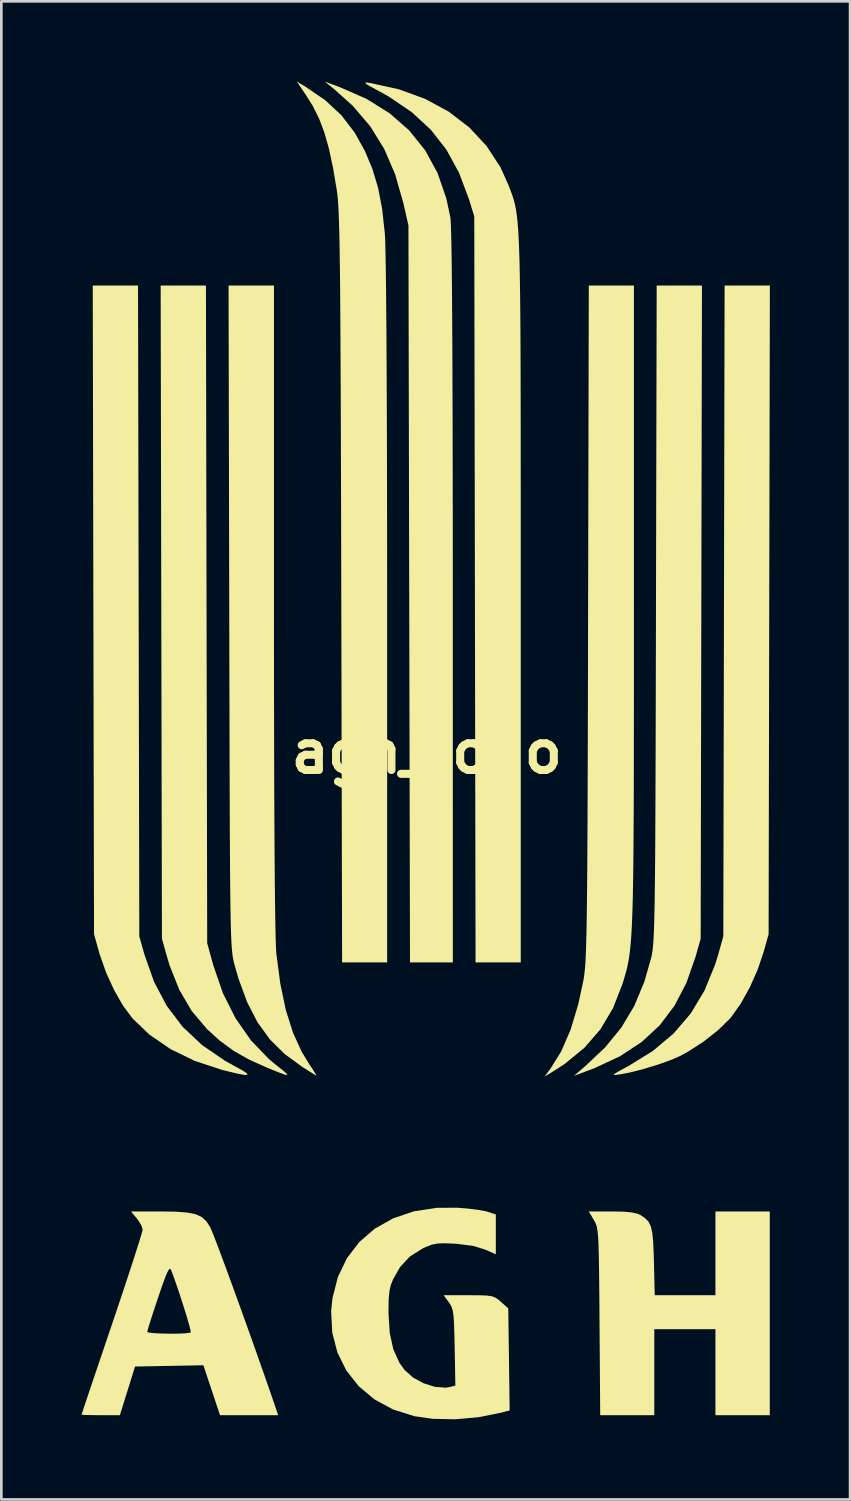
<source format=kicad_pcb>
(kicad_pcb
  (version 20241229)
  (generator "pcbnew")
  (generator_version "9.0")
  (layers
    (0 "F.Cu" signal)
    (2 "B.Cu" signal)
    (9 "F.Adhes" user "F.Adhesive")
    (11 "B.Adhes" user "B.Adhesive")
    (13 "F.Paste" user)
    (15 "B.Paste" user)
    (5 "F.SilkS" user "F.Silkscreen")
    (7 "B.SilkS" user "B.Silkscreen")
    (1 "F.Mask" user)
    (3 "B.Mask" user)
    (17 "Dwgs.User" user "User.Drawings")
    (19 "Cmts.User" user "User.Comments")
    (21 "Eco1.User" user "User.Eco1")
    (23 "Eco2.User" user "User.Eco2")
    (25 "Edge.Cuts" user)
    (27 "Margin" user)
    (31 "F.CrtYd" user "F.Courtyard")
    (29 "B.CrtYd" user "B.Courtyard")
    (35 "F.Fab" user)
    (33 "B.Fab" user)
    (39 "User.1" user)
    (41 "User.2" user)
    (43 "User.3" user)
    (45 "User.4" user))
  (footprint "agh_logo"
    (layer "F.Cu")
    (at 12.911 25.069)
    (property "Reference" "agh_logo" (at 0 0 0) (layer "F.SilkS") (effects (font (size 1.5 1.5) (thickness 0.3))))
    (attr board_only exclude_from_pos_files exclude_from_bom)
    (fp_poly (pts (xy -8.236 -5.144) (xy -8.212 7.154) (xy -7.983 7.984) (xy -7.625 9.023) (xy -7.152 9.963) (xy -6.575 10.791) (xy -5.902 11.49) (xy -5.679 11.675) (xy -5.401 11.896) (xy -5.243 12.032) (xy -5.213 12.088) (xy -5.317 12.068) (xy -5.563 11.976) (xy -5.942 11.824) (xy -6.645 11.509) (xy -7.233 11.175) (xy -7.758 10.787) (xy -8.219 10.367) (xy -8.789 9.694) (xy -9.254 8.902) (xy -9.62 7.981) (xy -9.716 7.662) (xy -9.905 6.985) (xy -9.929 -5.228) (xy -9.952 -17.441) (xy -9.106 -17.441) (xy -8.259 -17.441)) (stroke (width 0) (type solid)) (fill yes) (layer "F.SilkS"))
    (fp_poly (pts (xy -10.775 -5.271) (xy -10.751 6.9) (xy -10.56 7.578) (xy -10.2 8.598) (xy -9.726 9.497) (xy -9.13 10.282) (xy -8.405 10.965) (xy -7.543 11.555) (xy -7.202 11.744) (xy -6.894 11.913) (xy -6.727 12.024) (xy -6.706 12.079) (xy -6.834 12.079) (xy -7.114 12.026) (xy -7.551 11.92) (xy -7.655 11.893) (xy -8.67 11.561) (xy -9.581 11.118) (xy -10.374 10.573) (xy -11.003 9.971) (xy -11.354 9.5) (xy -11.692 8.912) (xy -11.992 8.256) (xy -12.229 7.584) (xy -12.256 7.493) (xy -12.445 6.816) (xy -12.469 -5.313) (xy -12.492 -17.441) (xy -11.646 -17.441) (xy -10.799 -17.441)) (stroke (width 0) (type solid)) (fill yes) (layer "F.SilkS"))
    (fp_poly (pts (xy -3.254 -24.86) (xy -2.251 -24.42) (xy -1.386 -23.88) (xy -0.657 -23.24) (xy -0.061 -22.498) (xy 0.401 -21.652) (xy 0.731 -20.7) (xy 0.884 -19.977) (xy 0.897 -19.805) (xy 0.91 -19.463) (xy 0.921 -18.952) (xy 0.932 -18.273) (xy 0.941 -17.424) (xy 0.949 -16.406) (xy 0.956 -15.219) (xy 0.961 -13.863) (xy 0.966 -12.339) (xy 0.969 -10.646) (xy 0.972 -8.784) (xy 0.973 -6.754) (xy 0.973 -5.779) (xy 0.974 7.874) (xy 0.173 7.874) (xy -0.628 7.874) (xy -0.657 -5.905) (xy -0.686 -19.685) (xy -0.878 -20.53) (xy -1.184 -21.602) (xy -1.592 -22.55) (xy -2.115 -23.395) (xy -2.765 -24.158) (xy -3.471 -24.792) (xy -3.81 -25.064)) (stroke (width 0) (type solid)) (fill yes) (layer "F.SilkS"))
    (fp_poly (pts (xy 12.807 -5.313) (xy 12.784 6.816) (xy 12.595 7.493) (xy 12.373 8.148) (xy 12.082 8.803) (xy 11.748 9.405) (xy 11.398 9.901) (xy 11.336 9.974) (xy 10.9 10.403) (xy 10.359 10.83) (xy 9.772 11.211) (xy 9.466 11.377) (xy 9.096 11.536) (xy 8.621 11.704) (xy 8.104 11.861) (xy 7.609 11.988) (xy 7.239 12.059) (xy 7.065 12.082) (xy 6.989 12.08) (xy 7.021 12.039) (xy 7.176 11.947) (xy 7.465 11.79) (xy 7.541 11.75) (xy 8.458 11.182) (xy 9.232 10.53) (xy 9.871 9.784) (xy 10.384 8.93) (xy 10.782 7.958) (xy 10.899 7.578) (xy 11.09 6.9) (xy 11.114 -5.271) (xy 11.138 -17.441) (xy 11.984 -17.441) (xy 12.831 -17.441)) (stroke (width 0) (type solid)) (fill yes) (layer "F.SilkS"))
    (fp_poly (pts (xy 10.267 -5.228) (xy 10.243 6.985) (xy 10.052 7.662) (xy 9.709 8.642) (xy 9.264 9.494) (xy 8.709 10.228) (xy 8.032 10.854) (xy 7.224 11.384) (xy 6.276 11.827) (xy 6.082 11.9) (xy 5.503 12.115) (xy 5.927 11.755) (xy 6.676 11.045) (xy 7.281 10.303) (xy 7.762 9.497) (xy 8.137 8.595) (xy 8.392 7.705) (xy 8.413 7.609) (xy 8.432 7.502) (xy 8.45 7.373) (xy 8.465 7.215) (xy 8.479 7.019) (xy 8.491 6.776) (xy 8.502 6.478) (xy 8.512 6.117) (xy 8.521 5.683) (xy 8.528 5.169) (xy 8.535 4.566) (xy 8.541 3.864) (xy 8.546 3.057) (xy 8.551 2.135) (xy 8.555 1.089) (xy 8.559 -0.088) (xy 8.562 -1.406) (xy 8.566 -2.872) (xy 8.57 -4.496) (xy 8.571 -5.186) (xy 8.598 -17.441) (xy 9.444 -17.441) (xy 10.291 -17.441)) (stroke (width 0) (type solid)) (fill yes) (layer "F.SilkS"))
    (fp_poly (pts (xy 7.367 17.196) (xy 7.688 17.227) (xy 7.907 17.282) (xy 7.995 17.324) (xy 8.165 17.438) (xy 8.289 17.566) (xy 8.376 17.737) (xy 8.432 17.98) (xy 8.467 18.321) (xy 8.487 18.79) (xy 8.495 19.071) (xy 8.525 20.32) (xy 9.66 20.32) (xy 10.795 20.32) (xy 10.795 18.754) (xy 10.795 17.187) (xy 11.811 17.187) (xy 12.827 17.187) (xy 12.827 20.997) (xy 12.827 24.807) (xy 11.811 24.807) (xy 10.795 24.807) (xy 10.795 23.199) (xy 10.795 21.59) (xy 9.652 21.59) (xy 8.509 21.59) (xy 8.509 23.199) (xy 8.509 24.807) (xy 7.497 24.807) (xy 6.486 24.807) (xy 6.46 21.315) (xy 6.454 20.454) (xy 6.447 19.746) (xy 6.44 19.174) (xy 6.431 18.721) (xy 6.42 18.371) (xy 6.405 18.107) (xy 6.385 17.913) (xy 6.36 17.771) (xy 6.329 17.666) (xy 6.29 17.581) (xy 6.247 17.505) (xy 6.059 17.187) (xy 6.911 17.187)) (stroke (width 0) (type solid)) (fill yes) (layer "F.SilkS"))
    (fp_poly (pts (xy -2.117 -25.014) (xy -1.041 -24.779) (xy -0.059 -24.42) (xy 0.821 -23.943) (xy 1.588 -23.354) (xy 2.235 -22.66) (xy 2.753 -21.868) (xy 3.052 -21.207) (xy 3.111 -21.052) (xy 3.165 -20.91) (xy 3.214 -20.772) (xy 3.257 -20.63) (xy 3.297 -20.476) (xy 3.332 -20.301) (xy 3.363 -20.098) (xy 3.391 -19.859) (xy 3.414 -19.574) (xy 3.435 -19.237) (xy 3.452 -18.839) (xy 3.467 -18.372) (xy 3.479 -17.827) (xy 3.489 -17.198) (xy 3.497 -16.474) (xy 3.503 -15.649) (xy 3.507 -14.714) (xy 3.51 -13.661) (xy 3.512 -12.482) (xy 3.513 -11.169) (xy 3.514 -9.714) (xy 3.514 -8.108) (xy 3.514 -6.343) (xy 3.514 -5.75) (xy 3.514 7.874) (xy 2.669 7.874) (xy 1.824 7.874) (xy 1.8 -6.075) (xy 1.776 -20.024) (xy 1.581 -20.659) (xy 1.21 -21.65) (xy 0.739 -22.513) (xy 0.153 -23.266) (xy -0.56 -23.923) (xy -1.414 -24.502) (xy -1.762 -24.697) (xy -2.077 -24.866) (xy -2.253 -24.97) (xy -2.306 -25.021) (xy -2.248 -25.03)) (stroke (width 0) (type solid)) (fill yes) (layer "F.SilkS"))
    (fp_poly (pts (xy -4.546 -24.882) (xy -3.802 -24.374) (xy -3.195 -23.81) (xy -2.696 -23.16) (xy -2.318 -22.479) (xy -2.034 -21.805) (xy -1.821 -21.096) (xy -1.67 -20.311) (xy -1.571 -19.406) (xy -1.567 -19.354) (xy -1.555 -19.119) (xy -1.545 -18.72) (xy -1.535 -18.166) (xy -1.525 -17.464) (xy -1.517 -16.619) (xy -1.509 -15.639) (xy -1.503 -14.53) (xy -1.497 -13.3) (xy -1.492 -11.956) (xy -1.488 -10.503) (xy -1.485 -8.95) (xy -1.483 -7.302) (xy -1.482 -5.567) (xy -1.482 -5.186) (xy -1.482 7.874) (xy -2.324 7.874) (xy -3.167 7.874) (xy -3.198 -6.117) (xy -3.202 -7.947) (xy -3.206 -9.615) (xy -3.211 -11.13) (xy -3.215 -12.5) (xy -3.22 -13.732) (xy -3.225 -14.834) (xy -3.23 -15.814) (xy -3.236 -16.68) (xy -3.242 -17.441) (xy -3.25 -18.103) (xy -3.257 -18.676) (xy -3.266 -19.166) (xy -3.276 -19.582) (xy -3.287 -19.932) (xy -3.299 -20.223) (xy -3.312 -20.464) (xy -3.326 -20.663) (xy -3.342 -20.826) (xy -3.359 -20.963) (xy -3.364 -20.997) (xy -3.508 -21.851) (xy -3.661 -22.565) (xy -3.832 -23.169) (xy -4.031 -23.691) (xy -4.267 -24.161) (xy -4.491 -24.52) (xy -4.858 -25.069)) (stroke (width 0) (type solid)) (fill yes) (layer "F.SilkS"))
    (fp_poly (pts (xy -5.715 -5.385) (xy -5.714 -3.497) (xy -5.712 -1.746) (xy -5.709 -0.135) (xy -5.705 1.332) (xy -5.699 2.653) (xy -5.692 3.824) (xy -5.684 4.844) (xy -5.674 5.708) (xy -5.664 6.414) (xy -5.652 6.96) (xy -5.639 7.342) (xy -5.626 7.548) (xy -5.478 8.674) (xy -5.272 9.653) (xy -5.005 10.498) (xy -4.674 11.223) (xy -4.433 11.62) (xy -4.274 11.861) (xy -4.164 12.035) (xy -4.126 12.106) (xy -4.127 12.107) (xy -4.203 12.064) (xy -4.385 11.953) (xy -4.633 11.797) (xy -4.657 11.782) (xy -5.314 11.301) (xy -5.867 10.753) (xy -6.328 10.117) (xy -6.714 9.37) (xy -7.038 8.492) (xy -7.179 8.004) (xy -7.204 7.91) (xy -7.226 7.816) (xy -7.247 7.715) (xy -7.265 7.597) (xy -7.281 7.454) (xy -7.296 7.278) (xy -7.309 7.06) (xy -7.32 6.791) (xy -7.33 6.464) (xy -7.338 6.068) (xy -7.346 5.597) (xy -7.352 5.041) (xy -7.358 4.392) (xy -7.362 3.642) (xy -7.367 2.781) (xy -7.37 1.801) (xy -7.374 0.694) (xy -7.377 -0.549) (xy -7.38 -1.936) (xy -7.384 -3.475) (xy -7.387 -5.059) (xy -7.413 -17.441) (xy -6.564 -17.441) (xy -5.715 -17.441)) (stroke (width 0) (type solid)) (fill yes) (layer "F.SilkS"))
    (fp_poly (pts (xy 7.747 -5.482) (xy 7.746 -3.764) (xy 7.746 -2.206) (xy 7.745 -0.8) (xy 7.744 0.463) (xy 7.741 1.592) (xy 7.737 2.595) (xy 7.731 3.483) (xy 7.724 4.262) (xy 7.715 4.943) (xy 7.703 5.534) (xy 7.688 6.043) (xy 7.671 6.48) (xy 7.65 6.854) (xy 7.626 7.173) (xy 7.598 7.446) (xy 7.567 7.681) (xy 7.531 7.888) (xy 7.49 8.076) (xy 7.445 8.253) (xy 7.395 8.428) (xy 7.34 8.61) (xy 7.319 8.678) (xy 6.964 9.585) (xy 6.493 10.377) (xy 5.893 11.068) (xy 5.154 11.673) (xy 4.741 11.94) (xy 4.403 12.144) (xy 4.624 11.85) (xy 5.031 11.195) (xy 5.379 10.388) (xy 5.668 9.428) (xy 5.857 8.551) (xy 5.877 8.432) (xy 5.895 8.298) (xy 5.912 8.142) (xy 5.927 7.955) (xy 5.941 7.728) (xy 5.953 7.452) (xy 5.963 7.12) (xy 5.973 6.723) (xy 5.981 6.252) (xy 5.989 5.699) (xy 5.996 5.055) (xy 6.002 4.312) (xy 6.007 3.462) (xy 6.012 2.495) (xy 6.016 1.404) (xy 6.02 0.179) (xy 6.024 -1.187) (xy 6.028 -2.703) (xy 6.031 -4.378) (xy 6.032 -4.847) (xy 6.059 -17.441) (xy 6.903 -17.441) (xy 7.747 -17.441)) (stroke (width 0) (type solid)) (fill yes) (layer "F.SilkS"))
    (fp_poly (pts (xy 1.537 17.08) (xy 1.904 17.125) (xy 2.186 17.176) (xy 2.265 17.197) (xy 2.582 17.3) (xy 2.582 18.045) (xy 2.582 18.79) (xy 2.18 18.612) (xy 1.725 18.474) (xy 1.12 18.398) (xy 1.038 18.393) (xy 0.663 18.377) (xy 0.398 18.387) (xy 0.185 18.43) (xy -0.034 18.516) (xy -0.165 18.578) (xy -0.636 18.876) (xy -0.999 19.267) (xy -1.261 19.727) (xy -1.346 19.942) (xy -1.398 20.175) (xy -1.425 20.472) (xy -1.432 20.88) (xy -1.432 20.997) (xy -1.385 21.734) (xy -1.252 22.343) (xy -1.026 22.844) (xy -0.829 23.119) (xy -0.514 23.399) (xy -0.115 23.616) (xy 0.311 23.749) (xy 0.71 23.778) (xy 0.852 23.755) (xy 1.069 23.701) (xy 1.043 22.271) (xy 1.031 21.743) (xy 1.018 21.355) (xy 0.998 21.079) (xy 0.969 20.888) (xy 0.926 20.752) (xy 0.866 20.642) (xy 0.823 20.581) (xy 0.63 20.32) (xy 1.562 20.32) (xy 1.973 20.322) (xy 2.252 20.333) (xy 2.44 20.36) (xy 2.574 20.413) (xy 2.693 20.498) (xy 2.771 20.567) (xy 3.048 20.814) (xy 3.074 22.721) (xy 3.099 24.629) (xy 2.777 24.714) (xy 1.938 24.883) (xy 1.068 24.96) (xy 0.227 24.943) (xy -0.466 24.844) (xy -1.263 24.593) (xy -1.959 24.215) (xy -2.544 23.725) (xy -3.008 23.137) (xy -3.342 22.464) (xy -3.535 21.721) (xy -3.577 20.922) (xy -3.528 20.437) (xy -3.326 19.641) (xy -2.987 18.936) (xy -2.522 18.329) (xy -1.943 17.83) (xy -1.259 17.445) (xy -0.484 17.183) (xy 0.374 17.052) (xy 1.143 17.048)) (stroke (width 0) (type solid)) (fill yes) (layer "F.SilkS"))
    (fp_poly (pts (xy -9.382 17.196) (xy -8.958 17.228) (xy -8.646 17.291) (xy -8.419 17.395) (xy -8.249 17.549) (xy -8.108 17.76) (xy -8.107 17.762) (xy -8.043 17.907) (xy -7.929 18.193) (xy -7.773 18.602) (xy -7.582 19.114) (xy -7.361 19.712) (xy -7.12 20.376) (xy -6.863 21.088) (xy -6.597 21.829) (xy -6.331 22.58) (xy -6.069 23.323) (xy -5.82 24.04) (xy -5.753 24.236) (xy -5.556 24.807) (xy -6.644 24.807) (xy -7.733 24.807) (xy -8.044 23.874) (xy -8.355 22.94) (xy -9.633 22.964) (xy -10.911 22.987) (xy -11.194 23.897) (xy -11.478 24.807) (xy -12.195 24.807) (xy -12.519 24.805) (xy -12.767 24.799) (xy -12.899 24.79) (xy -12.911 24.786) (xy -12.885 24.704) (xy -12.81 24.478) (xy -12.692 24.126) (xy -12.536 23.663) (xy -12.348 23.106) (xy -12.134 22.473) (xy -11.899 21.779) (xy -11.87 21.694) (xy -10.456 21.694) (xy -10.379 21.721) (xy -10.177 21.741) (xy -9.895 21.754) (xy -9.577 21.759) (xy -9.268 21.756) (xy -9.012 21.744) (xy -8.854 21.723) (xy -8.827 21.711) (xy -8.838 21.621) (xy -8.894 21.406) (xy -8.984 21.098) (xy -9.098 20.73) (xy -9.224 20.338) (xy -9.353 19.955) (xy -9.473 19.613) (xy -9.573 19.351) (xy -9.613 19.326) (xy -9.676 19.409) (xy -9.768 19.615) (xy -9.894 19.957) (xy -10.048 20.407) (xy -10.19 20.836) (xy -10.311 21.207) (xy -10.4 21.492) (xy -10.45 21.662) (xy -10.456 21.694) (xy -11.87 21.694) (xy -11.768 21.393) (xy -11.524 20.669) (xy -11.297 19.99) (xy -11.095 19.375) (xy -10.921 18.841) (xy -10.782 18.406) (xy -10.684 18.087) (xy -10.632 17.902) (xy -10.626 17.865) (xy -10.678 17.702) (xy -10.807 17.495) (xy -10.845 17.448) (xy -11.064 17.187) (xy -9.947 17.187)) (stroke (width 0) (type solid)) (fill yes) (layer "F.SilkS")))
  (gr_rect
    (start -3 -3)
    (end 28.742 53.029)
    (stroke (width 0.1) (type default))
    (fill no)
    (layer "Edge.Cuts")))
</source>
